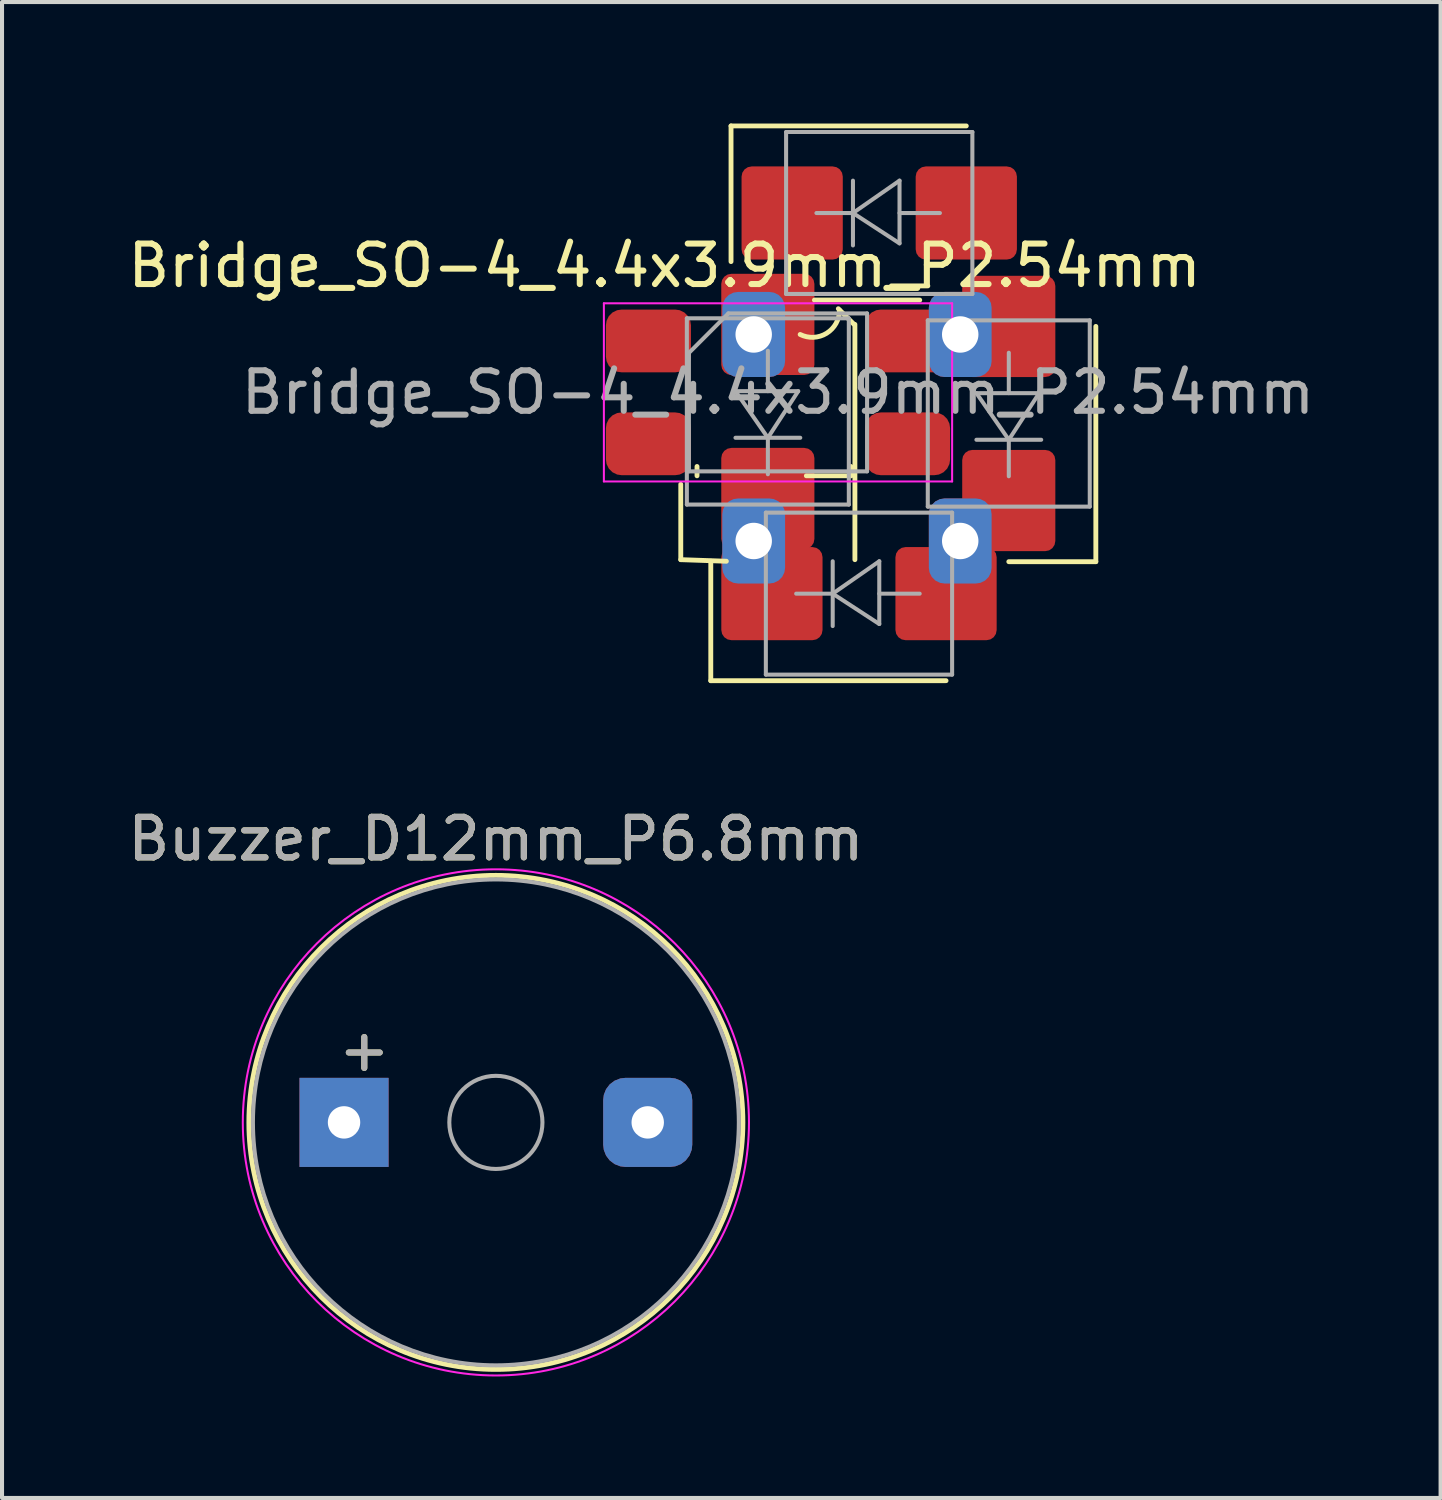
<source format=kicad_pcb>
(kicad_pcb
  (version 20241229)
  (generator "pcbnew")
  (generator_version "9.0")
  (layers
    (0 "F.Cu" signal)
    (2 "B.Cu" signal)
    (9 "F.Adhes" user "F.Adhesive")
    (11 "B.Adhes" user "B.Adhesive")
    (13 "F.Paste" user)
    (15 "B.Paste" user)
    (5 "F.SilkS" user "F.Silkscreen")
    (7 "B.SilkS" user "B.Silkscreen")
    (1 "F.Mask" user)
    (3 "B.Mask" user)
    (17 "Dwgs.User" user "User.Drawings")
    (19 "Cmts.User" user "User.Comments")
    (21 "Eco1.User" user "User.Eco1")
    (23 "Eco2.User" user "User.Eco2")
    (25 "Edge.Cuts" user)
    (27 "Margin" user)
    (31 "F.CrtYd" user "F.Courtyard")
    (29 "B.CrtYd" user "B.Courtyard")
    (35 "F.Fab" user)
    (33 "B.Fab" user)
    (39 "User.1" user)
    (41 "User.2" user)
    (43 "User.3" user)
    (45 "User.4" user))
  (footprint "Bridge_SO-4_4.4x3.9mm_P2.54mm"
    (layer "F.Cu")
    (at 12.963 7.91)
    (property "Reference" "Bridge_SO-4_4.4x3.9mm_P2.54mm" (at 0.4 -4.4 0) (layer "F.SilkS") (effects (font (size 1 1) (thickness 0.15))))
    (attr smd)
    (fp_line (start 0.799 2.861) (end 0.799 1) (stroke (width 0.12) (type solid)) (layer "F.SilkS"))
    (fp_line (start 0.799 2.861) (end 1.925 2.9) (stroke (width 0.12) (type solid)) (layer "F.SilkS"))
    (fp_line (start 1.2 0.79) (end 1.2 0.56) (stroke (width 0.12) (type solid)) (layer "F.SilkS"))
    (fp_line (start 1.54 2.9) (end 1.54 5.85) (stroke (width 0.12) (type solid)) (layer "F.SilkS"))
    (fp_line (start 1.54 5.85) (end 7.35 5.85) (stroke (width 0.12) (type solid)) (layer "F.SilkS"))
    (fp_line (start 2.04 -7.85) (end 2.04 -4.5) (stroke (width 0.12) (type solid)) (layer "F.SilkS"))
    (fp_line (start 2.04 -7.85) (end 7.85 -7.85) (stroke (width 0.12) (type solid)) (layer "F.SilkS"))
    (fp_line (start 3.9 0.79) (end 5 0.79) (stroke (width 0.12) (type solid)) (layer "F.SilkS"))
    (fp_line (start 4.1 -3.55) (end 6.7 -3.55) (stroke (width 0.12) (type solid)) (layer "F.SilkS"))
    (fp_line (start 4.69 -3.336) (end 5.074 -2.953) (stroke (width 0.12) (type solid)) (layer "F.SilkS"))
    (fp_line (start 5 0.79) (end 5 0.56) (stroke (width 0.12) (type solid)) (layer "F.SilkS"))
    (fp_line (start 5.099 2.861) (end 5.099 -2.949) (stroke (width 0.12) (type solid)) (layer "F.SilkS"))
    (fp_line (start 6 -3.9) (end 6.9 -3.9) (stroke (width 0.12) (type default)) (layer "F.SilkS"))
    (fp_line (start 8.9 2.911) (end 11.049 2.911) (stroke (width 0.12) (type solid)) (layer "F.SilkS"))
    (fp_line (start 11.049 2.911) (end 11.049 -2.899) (stroke (width 0.12) (type solid)) (layer "F.SilkS"))
    (fp_arc (start 4.718149 -3.3) (mid 4.4 -2.729366) (end 3.747329 -2.7) (stroke (width 0.12) (type default)) (layer "F.SilkS"))
    (fp_line (start -1.1 -3.47) (end -1.1 0.93) (stroke (width 0.05) (type solid)) (layer "F.CrtYd"))
    (fp_line (start -1.1 0.93) (end 7.5 0.93) (stroke (width 0.05) (type solid)) (layer "F.CrtYd"))
    (fp_line (start 7.5 -3.47) (end -1.1 -3.47) (stroke (width 0.05) (type solid)) (layer "F.CrtYd"))
    (fp_line (start 7.5 0.93) (end 7.5 -3.47) (stroke (width 0.05) (type solid)) (layer "F.CrtYd"))
    (fp_line (start 0.949 -3.099) (end 0.949 1.501) (stroke (width 0.1) (type solid)) (layer "F.Fab"))
    (fp_line (start 0.949 -3.099) (end 4.949 -3.099) (stroke (width 0.1) (type solid)) (layer "F.Fab"))
    (fp_line (start 1 -2.245) (end 1.975 -3.22) (stroke (width 0.1) (type solid)) (layer "F.Fab"))
    (fp_line (start 1 0.68) (end 1 -2.245) (stroke (width 0.1) (type solid)) (layer "F.Fab"))
    (fp_line (start 1.975 -3.22) (end 5.4 -3.22) (stroke (width 0.1) (type solid)) (layer "F.Fab"))
    (fp_line (start 2.15 -0.149) (end 3.75 -0.149) (stroke (width 0.1) (type solid)) (layer "F.Fab"))
    (fp_line (start 2.9 5.7) (end 2.9 1.7) (stroke (width 0.1) (type solid)) (layer "F.Fab"))
    (fp_line (start 2.95 -1.3) (end 2.95 -2.298) (stroke (width 0.1) (type solid)) (layer "F.Fab"))
    (fp_line (start 2.95 -0.149) (end 2.15 -1.3) (stroke (width 0.1) (type solid)) (layer "F.Fab"))
    (fp_line (start 2.95 -0.149) (end 2.95 0.752) (stroke (width 0.1) (type solid)) (layer "F.Fab"))
    (fp_line (start 2.95 -0.149) (end 3.699 -1.3) (stroke (width 0.1) (type solid)) (layer "F.Fab"))
    (fp_line (start 3.4 -3.7) (end 3.4 -7.7) (stroke (width 0.1) (type solid)) (layer "F.Fab"))
    (fp_line (start 3.699 -1.3) (end 2.15 -1.3) (stroke (width 0.1) (type solid)) (layer "F.Fab"))
    (fp_line (start 4.551 2.901) (end 4.551 4.501) (stroke (width 0.1) (type solid)) (layer "F.Fab"))
    (fp_line (start 4.551 3.701) (end 3.649 3.701) (stroke (width 0.1) (type solid)) (layer "F.Fab"))
    (fp_line (start 4.551 3.701) (end 5.701 2.901) (stroke (width 0.1) (type solid)) (layer "F.Fab"))
    (fp_line (start 4.551 3.701) (end 5.701 4.45) (stroke (width 0.1) (type solid)) (layer "F.Fab"))
    (fp_line (start 4.949 -3.099) (end 4.949 1.501) (stroke (width 0.1) (type solid)) (layer "F.Fab"))
    (fp_line (start 4.949 1.501) (end 0.949 1.501) (stroke (width 0.1) (type solid)) (layer "F.Fab"))
    (fp_line (start 5.051 -6.499) (end 5.051 -4.899) (stroke (width 0.1) (type solid)) (layer "F.Fab"))
    (fp_line (start 5.051 -5.699) (end 4.149 -5.699) (stroke (width 0.1) (type solid)) (layer "F.Fab"))
    (fp_line (start 5.051 -5.699) (end 6.201 -6.499) (stroke (width 0.1) (type solid)) (layer "F.Fab"))
    (fp_line (start 5.051 -5.699) (end 6.201 -4.95) (stroke (width 0.1) (type solid)) (layer "F.Fab"))
    (fp_line (start 5.4 -3.22) (end 5.4 0.68) (stroke (width 0.1) (type solid)) (layer "F.Fab"))
    (fp_line (start 5.4 0.68) (end 1 0.68) (stroke (width 0.1) (type solid)) (layer "F.Fab"))
    (fp_line (start 5.701 3.701) (end 6.699 3.701) (stroke (width 0.1) (type solid)) (layer "F.Fab"))
    (fp_line (start 5.701 4.45) (end 5.701 2.901) (stroke (width 0.1) (type solid)) (layer "F.Fab"))
    (fp_line (start 6.201 -5.699) (end 7.199 -5.699) (stroke (width 0.1) (type solid)) (layer "F.Fab"))
    (fp_line (start 6.201 -4.95) (end 6.201 -6.499) (stroke (width 0.1) (type solid)) (layer "F.Fab"))
    (fp_line (start 6.899 -3.049) (end 6.899 1.551) (stroke (width 0.1) (type solid)) (layer "F.Fab"))
    (fp_line (start 6.899 -3.049) (end 10.899 -3.049) (stroke (width 0.1) (type solid)) (layer "F.Fab"))
    (fp_line (start 7.5 1.7) (end 2.9 1.7) (stroke (width 0.1) (type solid)) (layer "F.Fab"))
    (fp_line (start 7.5 1.7) (end 7.5 5.7) (stroke (width 0.1) (type solid)) (layer "F.Fab"))
    (fp_line (start 7.5 5.7) (end 2.9 5.7) (stroke (width 0.1) (type solid)) (layer "F.Fab"))
    (fp_line (start 8 -7.7) (end 3.4 -7.7) (stroke (width 0.1) (type solid)) (layer "F.Fab"))
    (fp_line (start 8 -7.7) (end 8 -3.7) (stroke (width 0.1) (type solid)) (layer "F.Fab"))
    (fp_line (start 8 -3.7) (end 3.4 -3.7) (stroke (width 0.1) (type solid)) (layer "F.Fab"))
    (fp_line (start 8.1 -0.1) (end 9.7 -0.1) (stroke (width 0.1) (type solid)) (layer "F.Fab"))
    (fp_line (start 8.9 -1.251) (end 8.9 -2.249) (stroke (width 0.1) (type solid)) (layer "F.Fab"))
    (fp_line (start 8.9 -0.1) (end 8.1 -1.251) (stroke (width 0.1) (type solid)) (layer "F.Fab"))
    (fp_line (start 8.9 -0.1) (end 8.9 0.802) (stroke (width 0.1) (type solid)) (layer "F.Fab"))
    (fp_line (start 8.9 -0.1) (end 9.649 -1.251) (stroke (width 0.1) (type solid)) (layer "F.Fab"))
    (fp_line (start 9.649 -1.251) (end 8.1 -1.251) (stroke (width 0.1) (type solid)) (layer "F.Fab"))
    (fp_line (start 10.899 -3.049) (end 10.899 1.551) (stroke (width 0.1) (type solid)) (layer "F.Fab"))
    (fp_line (start 10.899 1.551) (end 6.899 1.551) (stroke (width 0.1) (type solid)) (layer "F.Fab"))
    (fp_arc (start 1.3 -3.13) (mid 10.080827 0.653933) (end 0.567513 1.612006) (stroke (width 0.12) (type default)) (layer "User.1"))
    (fp_text user "${REFERENCE}" (at 3.2 -1.27 0) (layer "F.Fab") (effects (font (size 1 1) (thickness 0.15))))
    (pad "1" smd roundrect (at 0 -2.54) (size 2.1 1.55) (layers "F.Cu" "F.Mask" "F.Paste") (roundrect_rratio 0.25))
    (pad "1" thru_hole roundrect (at 2.6 -2.7 270) (size 2.1 1.55) (drill 0.9) (layers "*.Cu" "*.Mask") (roundrect_rratio 0.25))
    (pad "1" smd roundrect (at 2.949 -2.949 90) (size 2.5 2.3) (layers "F.Cu" "F.Mask" "F.Paste") (roundrect_rratio 0.109))
    (pad "1" smd roundrect (at 3.55 -5.7) (size 2.5 2.3) (layers "F.Cu" "F.Mask" "F.Paste") (roundrect_rratio 0.109))
    (pad "2" smd roundrect (at 0 0) (size 2.1 1.55) (layers "F.Cu" "F.Mask" "F.Paste") (roundrect_rratio 0.25))
    (pad "2" smd roundrect (at 7.35 3.7) (size 2.5 2.3) (layers "F.Cu" "F.Mask" "F.Paste") (roundrect_rratio 0.109))
    (pad "2" thru_hole roundrect (at 7.7 2.4 270) (size 2.1 1.55) (drill 0.9) (layers "*.Cu" "*.Mask") (roundrect_rratio 0.25))
    (pad "2" smd roundrect (at 8.899 1.401 90) (size 2.5 2.3) (layers "F.Cu" "F.Mask" "F.Paste") (roundrect_rratio 0.109))
    (pad "3" thru_hole roundrect (at 2.6 2.4 270) (size 2.1 1.55) (drill 0.9) (layers "*.Cu" "*.Mask") (roundrect_rratio 0.25))
    (pad "3" smd roundrect (at 2.949 1.351 90) (size 2.5 2.3) (layers "F.Cu" "F.Mask" "F.Paste") (roundrect_rratio 0.109))
    (pad "3" smd roundrect (at 3.05 3.7) (size 2.5 2.3) (layers "F.Cu" "F.Mask" "F.Paste") (roundrect_rratio 0.109))
    (pad "3" smd roundrect (at 6.4 0) (size 2.1 1.55) (layers "F.Cu" "F.Mask" "F.Paste") (roundrect_rratio 0.25))
    (pad "4" smd roundrect (at 6.4 -2.54) (size 2.1 1.55) (layers "F.Cu" "F.Mask" "F.Paste") (roundrect_rratio 0.25))
    (pad "4" thru_hole roundrect (at 7.7 -2.7 270) (size 2.1 1.55) (drill 0.9) (layers "*.Cu" "*.Mask") (roundrect_rratio 0.25))
    (pad "4" smd roundrect (at 7.85 -5.7) (size 2.5 2.3) (layers "F.Cu" "F.Mask" "F.Paste") (roundrect_rratio 0.109))
    (pad "4" smd roundrect (at 8.899 -2.899 90) (size 2.5 2.3) (layers "F.Cu" "F.Mask" "F.Paste") (roundrect_rratio 0.109)))
  (footprint "Buzzer_D12mm_P6.8mm"
    (layer "F.Cu")
    (at 5.946 24.668)
    (property "Reference" "Buzzer_D12mm_P6.8mm" (at 3.25 -7 0) (layer "F.SilkS") (effects (font (size 1 1) (thickness 0.15))))
    (attr through_hole)
    (fp_circle (center 3.25 0) (end 9.35 0) (stroke (width 0.12) (type solid)) (fill no) (layer "F.SilkS"))
    (fp_circle (center 3.25 0) (end 9.5 0) (stroke (width 0.05) (type solid)) (fill no) (layer "F.CrtYd"))
    (fp_circle (center 3.25 0) (end 4.4 0) (stroke (width 0.1) (type solid)) (fill no) (layer "F.Fab"))
    (fp_circle (center 3.25 0) (end 9.25 0) (stroke (width 0.1) (type solid)) (fill no) (layer "F.Fab"))
    (fp_text user "+" (at 0 -1.8 0) (layer "F.SilkS") (effects (font (size 1 1) (thickness 0.15))))
    (fp_text user "${REFERENCE}" (at 3.25 -7 0) (layer "F.Fab") (effects (font (size 1 1) (thickness 0.15))))
    (fp_text user "+" (at 0 -1.8 0) (layer "F.Fab") (effects (font (size 1 1) (thickness 0.15))))
    (pad "1" thru_hole rect (at -0.5 0) (size 2.2 2.2) (drill 0.8) (layers "*.Cu" "*.Mask"))
    (pad "2" thru_hole roundrect (at 7 0) (size 2.2 2.2) (drill 0.8) (layers "*.Cu" "*.Mask") (roundrect_rratio 0.25)))
  (gr_rect
    (start -3 -3)
    (end 32.526 33.943)
    (stroke (width 0.1) (type default))
    (fill no)
    (layer "Edge.Cuts")))
</source>
